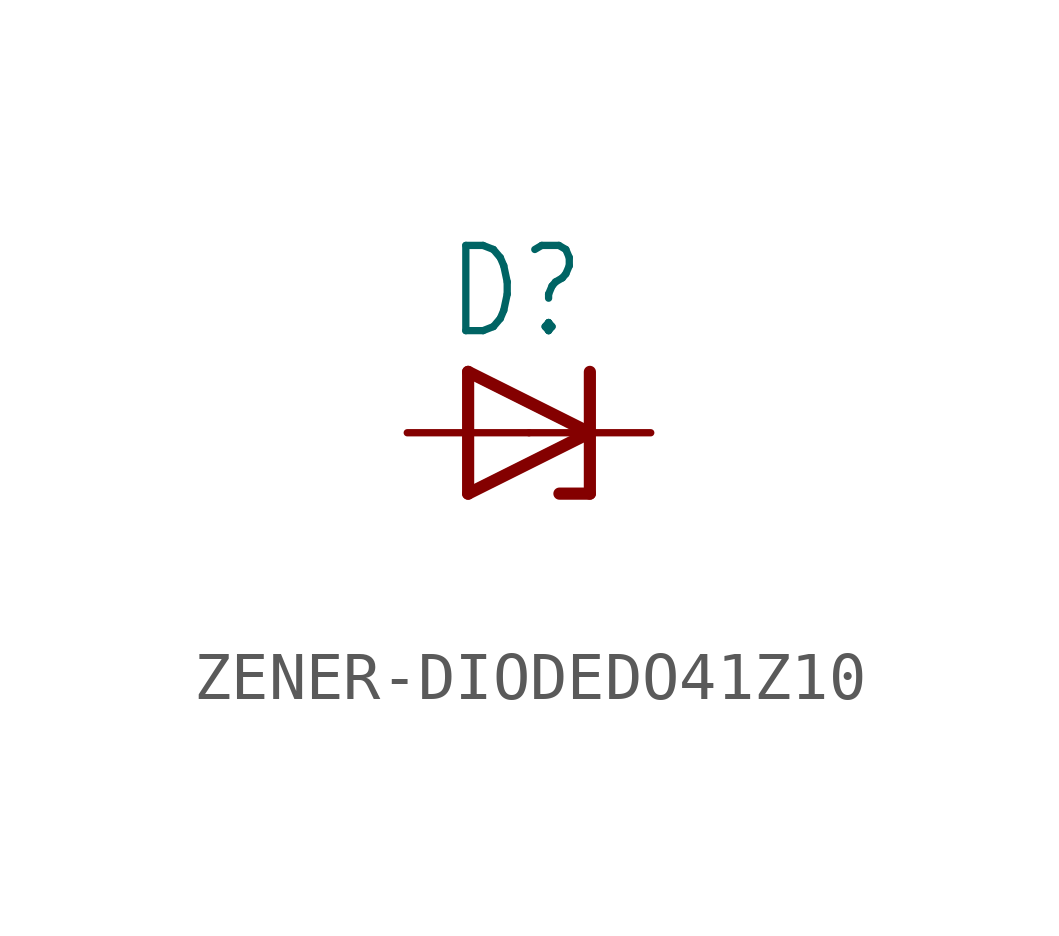
<source format=kicad_sym>
(kicad_symbol_lib
  (version 20231120)
  (generator "kicad_symbol_editor")
  (generator_version "8.0")
  (symbol "ZENER-DIODEDO41Z10"
    (property "Reference" "D"
      (at -1.778 1.905 0)
      (effects (font (size 1.778 1.511)) (justify left bottom)))
    (property "Value" ""
      (at -1.778 -3.429 0)
      (effects (font (size 1.778 1.511)) (justify left bottom)))
    (property "ki_locked" ""
      (at 0 0 0)
      (effects (font (size 1.27 1.27))))
    (symbol "ZENER-DIODEDO41Z10_1_0"
      (polyline (pts (xy -1.27 -1.27) (xy 1.27 0)) (stroke (width 0.254) (type solid)) (fill (type none)))
      (polyline (pts (xy -1.27 1.27) (xy -1.27 -1.27)) (stroke (width 0.254) (type solid)) (fill (type none)))
      (polyline (pts (xy 1.27 -1.27) (xy 0.635 -1.27)) (stroke (width 0.254) (type solid)) (fill (type none)))
      (polyline (pts (xy 1.27 0) (xy -1.27 1.27)) (stroke (width 0.254) (type solid)) (fill (type none)))
      (polyline (pts (xy 1.27 0) (xy 1.27 -1.27)) (stroke (width 0.254) (type solid)) (fill (type none)))
      (polyline (pts (xy 1.27 1.27) (xy 1.27 0)) (stroke (width 0.254) (type solid)) (fill (type none)))
      (pin passive line (at -2.54 0 0) (length 2.54) (name "A" (effects (font (size 0 0)))) (number "A" (effects (font (size 0 0)))))
      (pin passive line (at 2.54 0 180) (length 2.54) (name "C" (effects (font (size 0 0)))) (number "C" (effects (font (size 0 0))))))))
</source>
